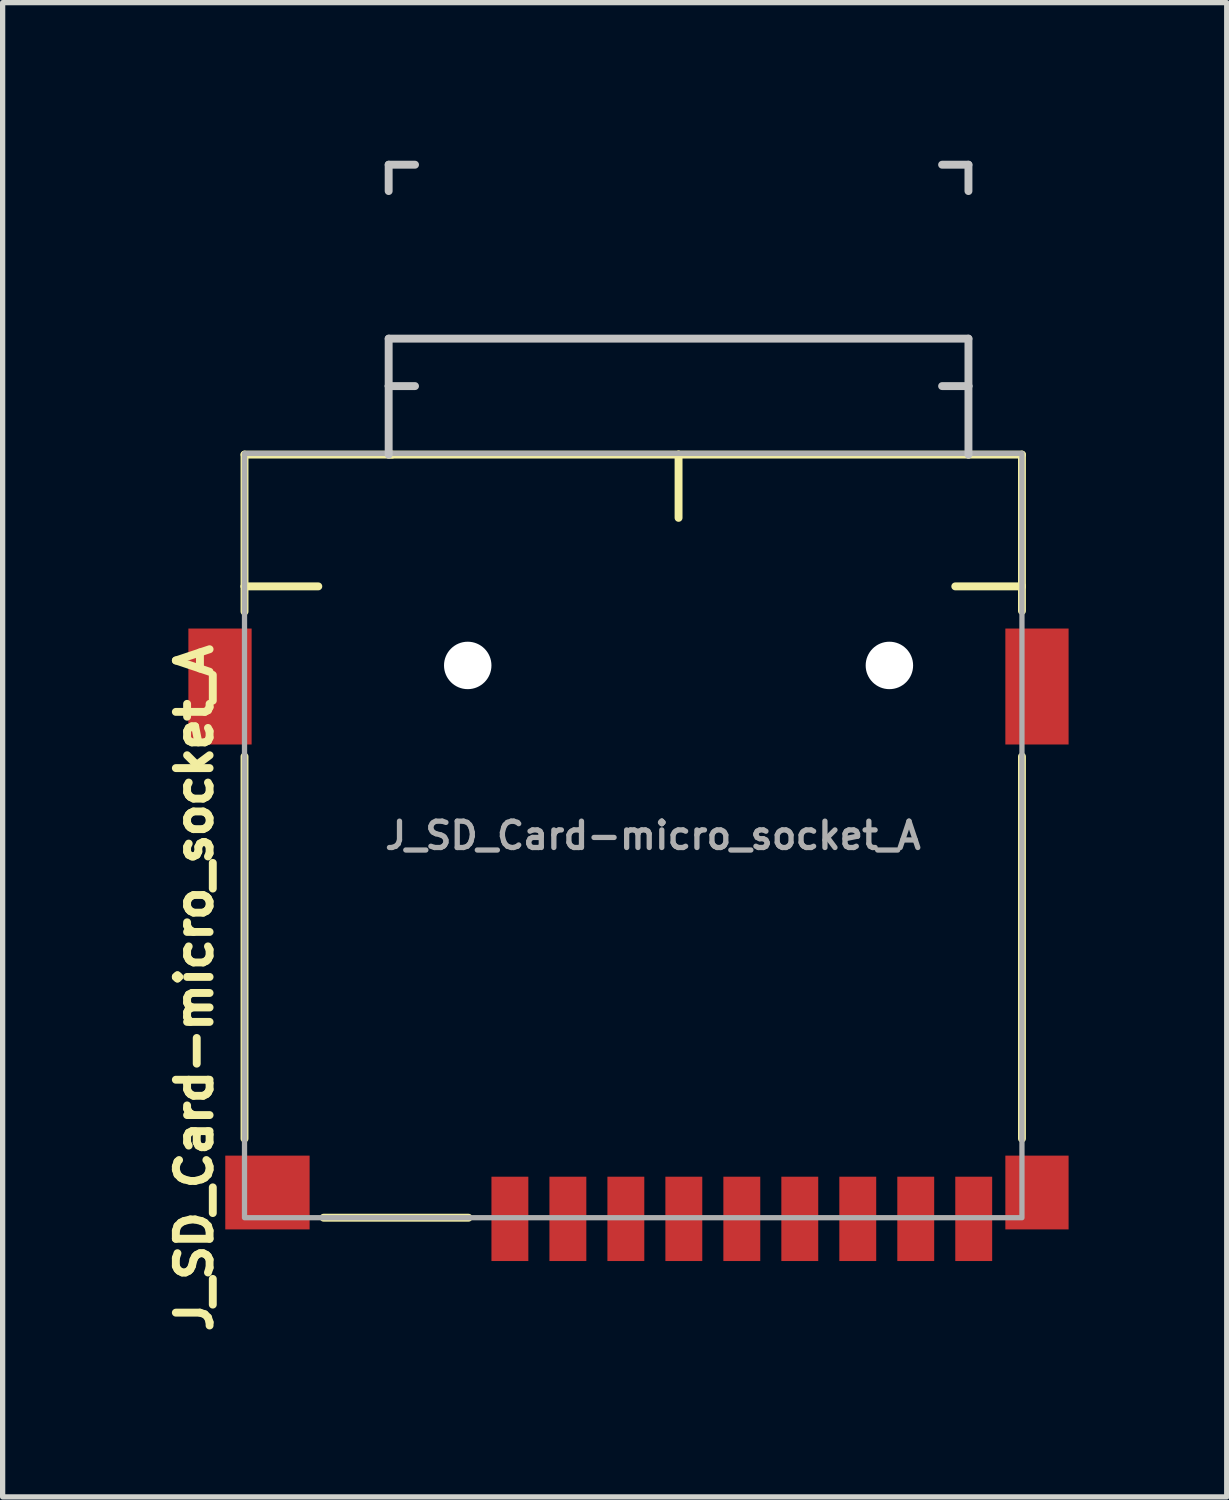
<source format=kicad_pcb>
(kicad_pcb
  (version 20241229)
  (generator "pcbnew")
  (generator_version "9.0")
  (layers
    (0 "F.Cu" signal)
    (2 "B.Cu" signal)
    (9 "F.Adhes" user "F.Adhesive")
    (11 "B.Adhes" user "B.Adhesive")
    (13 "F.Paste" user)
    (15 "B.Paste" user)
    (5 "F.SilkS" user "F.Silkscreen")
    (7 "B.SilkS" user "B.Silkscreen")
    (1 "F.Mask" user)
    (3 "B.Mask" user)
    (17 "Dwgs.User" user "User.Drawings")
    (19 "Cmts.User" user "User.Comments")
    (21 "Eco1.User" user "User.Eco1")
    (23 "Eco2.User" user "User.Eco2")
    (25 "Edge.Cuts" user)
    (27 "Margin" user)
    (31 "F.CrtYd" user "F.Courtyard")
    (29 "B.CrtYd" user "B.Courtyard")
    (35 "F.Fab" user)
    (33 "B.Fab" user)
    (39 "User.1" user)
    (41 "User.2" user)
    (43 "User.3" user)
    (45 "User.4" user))
  (footprint "J_SD_Card-micro_socket_A"
    (layer "F.Cu")
    (at 9.839 13.053)
    (property "Reference" "J_SD_Card-micro_socket_A" (at -9.201 2.645 270) (layer "F.SilkS") (effects (font (size 0.64 0.64) (thickness 0.15))))
    (attr smd)
    (fp_line (start -8.25 -7.478) (end -8.25 -4.978) (stroke (width 0.15) (type solid)) (layer "F.SilkS"))
    (fp_line (start -8.25 -4.978) (end -8.25 -4.5) (stroke (width 0.15) (type default)) (layer "F.SilkS"))
    (fp_line (start -8.25 -1.75) (end -8.25 5.5) (stroke (width 0.15) (type default)) (layer "F.SilkS"))
    (fp_line (start -6.85 -4.978) (end -8.25 -4.978) (stroke (width 0.15) (type solid)) (layer "F.SilkS"))
    (fp_line (start -6.75 7) (end -4 7) (stroke (width 0.15) (type default)) (layer "F.SilkS"))
    (fp_line (start -5.45 -7.478) (end -8.25 -7.478) (stroke (width 0.15) (type solid)) (layer "F.SilkS"))
    (fp_line (start -0.015 -7.478) (end -5.515 -7.478) (stroke (width 0.15) (type solid)) (layer "F.SilkS"))
    (fp_line (start -0.015 -6.278) (end -0.015 -7.478) (stroke (width 0.15) (type solid)) (layer "F.SilkS"))
    (fp_line (start 5.235 -4.978) (end 6.5 -4.978) (stroke (width 0.15) (type solid)) (layer "F.SilkS"))
    (fp_line (start 5.485 -7.478) (end -0.015 -7.478) (stroke (width 0.15) (type solid)) (layer "F.SilkS"))
    (fp_line (start 6.5 -7.478) (end 5.485 -7.478) (stroke (width 0.15) (type solid)) (layer "F.SilkS"))
    (fp_line (start 6.5 -7.478) (end 6.5 -4.978) (stroke (width 0.15) (type solid)) (layer "F.SilkS"))
    (fp_line (start 6.5 -4.989) (end 6.5 -4.511) (stroke (width 0.15) (type default)) (layer "F.SilkS"))
    (fp_line (start 6.5 -1.75) (end 6.5 5.5) (stroke (width 0.15) (type default)) (layer "F.SilkS"))
    (fp_line (start -5.515 -12.978) (end -5.515 -12.478) (stroke (width 0.15) (type solid)) (layer "Dwgs.User"))
    (fp_line (start -5.515 -9.678) (end -5.515 -8.778) (stroke (width 0.15) (type solid)) (layer "Dwgs.User"))
    (fp_line (start -5.515 -8.778) (end -5.515 -7.478) (stroke (width 0.15) (type solid)) (layer "Dwgs.User"))
    (fp_line (start -5.015 -12.978) (end -5.515 -12.978) (stroke (width 0.15) (type solid)) (layer "Dwgs.User"))
    (fp_line (start -5.015 -8.778) (end -5.515 -8.778) (stroke (width 0.15) (type solid)) (layer "Dwgs.User"))
    (fp_line (start 4.985 -12.978) (end 5.485 -12.978) (stroke (width 0.15) (type solid)) (layer "Dwgs.User"))
    (fp_line (start 4.985 -8.778) (end 5.485 -8.778) (stroke (width 0.15) (type solid)) (layer "Dwgs.User"))
    (fp_line (start 5.485 -12.978) (end 5.485 -12.478) (stroke (width 0.15) (type solid)) (layer "Dwgs.User"))
    (fp_line (start 5.485 -9.678) (end -5.515 -9.678) (stroke (width 0.15) (type solid)) (layer "Dwgs.User"))
    (fp_line (start 5.485 -9.678) (end 5.485 -8.778) (stroke (width 0.15) (type solid)) (layer "Dwgs.User"))
    (fp_line (start 5.485 -8.778) (end 5.485 -7.478) (stroke (width 0.15) (type solid)) (layer "Dwgs.User"))
    (fp_rect (start -8.25 -7.5) (end 6.5 7) (stroke (width 0.1) (type solid)) (fill no) (layer "F.Fab"))
    (fp_text user "${REFERENCE}" (at -0.5 -0.25 0) (layer "F.Fab") (effects (font (size 0.5 0.5) (thickness 0.1))))
    (pad "" np_thru_hole circle (at -4.015 -3.478) (size 0.9 0.9) (drill 0.9) (layers "*.Cu" "*.Mask"))
    (pad "" np_thru_hole circle (at 3.985 -3.478) (size 0.9 0.9) (drill 0.9) (layers "*.Cu" "*.Mask"))
    (pad "1" smd rect (at -3.215 7.022) (size 0.7 1.6) (layers "F.Cu" "F.Mask" "F.Paste"))
    (pad "2" smd rect (at -2.115 7.022) (size 0.7 1.6) (layers "F.Cu" "F.Mask" "F.Paste"))
    (pad "3" smd rect (at -1.015 7.022) (size 0.7 1.6) (layers "F.Cu" "F.Mask" "F.Paste"))
    (pad "4" smd rect (at 0.085 7.022) (size 0.7 1.6) (layers "F.Cu" "F.Mask" "F.Paste"))
    (pad "5" smd rect (at 1.185 7.022) (size 0.7 1.6) (layers "F.Cu" "F.Mask" "F.Paste"))
    (pad "6" smd rect (at 2.285 7.022) (size 0.7 1.6) (layers "F.Cu" "F.Mask" "F.Paste"))
    (pad "7" smd rect (at 3.385 7.022) (size 0.7 1.6) (layers "F.Cu" "F.Mask" "F.Paste"))
    (pad "8" smd rect (at 4.485 7.022) (size 0.7 1.6) (layers "F.Cu" "F.Mask" "F.Paste"))
    (pad "9" smd rect (at 5.585 7.022) (size 0.7 1.6) (layers "F.Cu" "F.Mask" "F.Paste"))
    (pad "SH" smd rect (at -8.715 -3.078) (size 1.2 2.2) (layers "F.Cu" "F.Mask" "F.Paste"))
    (pad "SH" smd rect (at -7.815 6.522) (size 1.6 1.4) (layers "F.Cu" "F.Mask" "F.Paste"))
    (pad "SH" smd rect (at 6.785 -3.078) (size 1.2 2.2) (layers "F.Cu" "F.Mask" "F.Paste"))
    (pad "SH" smd rect (at 6.785 6.522) (size 1.2 1.4) (layers "F.Cu" "F.Mask" "F.Paste")))
  (gr_rect
    (start -3 -3)
    (end 20.224 25.35)
    (stroke (width 0.1) (type default))
    (fill no)
    (layer "Edge.Cuts")))
</source>
